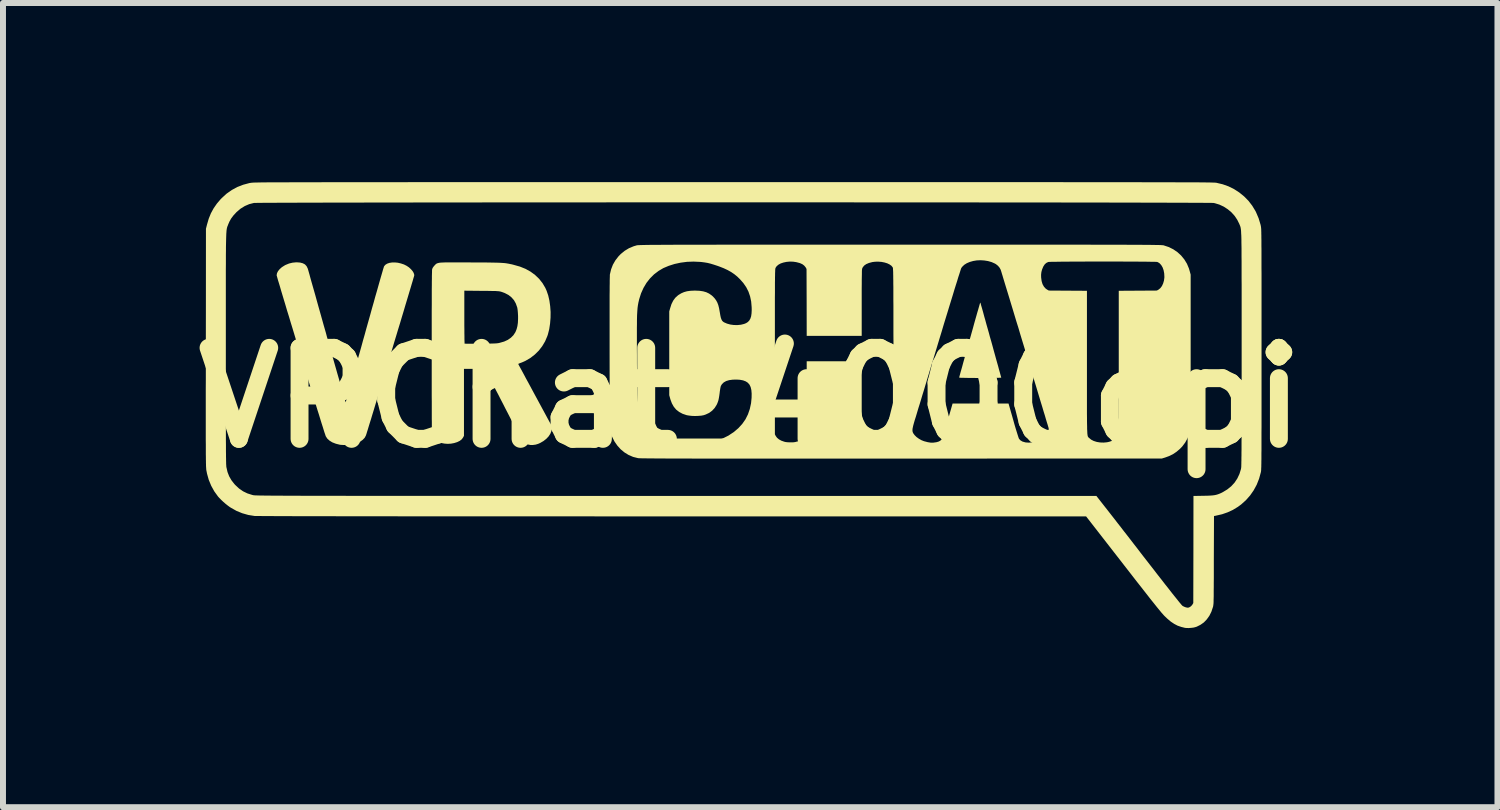
<source format=kicad_pcb>
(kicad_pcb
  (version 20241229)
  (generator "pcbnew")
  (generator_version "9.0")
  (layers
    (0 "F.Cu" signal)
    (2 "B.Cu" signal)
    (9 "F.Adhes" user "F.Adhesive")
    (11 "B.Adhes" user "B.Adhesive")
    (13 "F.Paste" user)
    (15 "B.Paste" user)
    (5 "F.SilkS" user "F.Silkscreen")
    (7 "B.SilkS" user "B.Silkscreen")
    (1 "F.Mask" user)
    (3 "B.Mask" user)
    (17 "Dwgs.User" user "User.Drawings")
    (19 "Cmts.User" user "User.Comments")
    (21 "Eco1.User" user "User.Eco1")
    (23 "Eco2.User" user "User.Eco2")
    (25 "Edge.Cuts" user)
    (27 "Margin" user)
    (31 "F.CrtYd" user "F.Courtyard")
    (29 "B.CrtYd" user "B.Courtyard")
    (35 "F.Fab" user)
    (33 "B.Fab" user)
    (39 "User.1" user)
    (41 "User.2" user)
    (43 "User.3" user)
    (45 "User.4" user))
  (footprint "VRChat_4000dpi"
    (layer "F.Cu")
    (at 9.514 3.61)
    (property "Reference" "VRChat_4000dpi" (at 0 0 0) (layer "F.SilkS") (effects (font (size 1.524 1.524) (thickness 0.3))))
    (attr board_only exclude_from_pos_files exclude_from_bom)
    (fp_poly (pts (xy 3.854 -1.589) (xy 3.857 -1.583) (xy 3.861 -1.57) (xy 3.867 -1.546) (xy 3.877 -1.513) (xy 3.889 -1.471) (xy 3.903 -1.421) (xy 3.918 -1.364) (xy 3.936 -1.302) (xy 3.954 -1.235) (xy 3.974 -1.165) (xy 3.995 -1.091) (xy 4.015 -1.016) (xy 4.037 -0.941) (xy 4.058 -0.865) (xy 4.078 -0.791) (xy 4.098 -0.719) (xy 4.117 -0.65) (xy 4.135 -0.586) (xy 4.152 -0.526) (xy 4.166 -0.473) (xy 4.179 -0.427) (xy 4.189 -0.39) (xy 4.197 -0.361) (xy 4.202 -0.343) (xy 4.204 -0.336) (xy 4.204 -0.336) (xy 4.197 -0.335) (xy 4.179 -0.334) (xy 4.149 -0.333) (xy 4.108 -0.332) (xy 4.057 -0.331) (xy 3.996 -0.331) (xy 3.926 -0.33) (xy 3.851 -0.33) (xy 3.778 -0.33) (xy 3.712 -0.331) (xy 3.653 -0.331) (xy 3.602 -0.332) (xy 3.561 -0.333) (xy 3.529 -0.333) (xy 3.508 -0.335) (xy 3.499 -0.336) (xy 3.499 -0.336) (xy 3.501 -0.343) (xy 3.505 -0.361) (xy 3.513 -0.389) (xy 3.523 -0.427) (xy 3.536 -0.472) (xy 3.551 -0.525) (xy 3.567 -0.585) (xy 3.585 -0.649) (xy 3.604 -0.718) (xy 3.624 -0.79) (xy 3.645 -0.864) (xy 3.666 -0.94) (xy 3.688 -1.016) (xy 3.709 -1.091) (xy 3.73 -1.165) (xy 3.749 -1.236) (xy 3.768 -1.303) (xy 3.786 -1.366) (xy 3.802 -1.423) (xy 3.817 -1.473) (xy 3.829 -1.516) (xy 3.839 -1.551) (xy 3.846 -1.575) (xy 3.85 -1.589) (xy 3.851 -1.592)) (stroke (width 0) (type solid)) (fill yes) (layer "F.SilkS"))
    (fp_poly (pts (xy -7.539 -2.263) (xy -7.493 -2.251) (xy -7.457 -2.232) (xy -7.43 -2.203) (xy -7.412 -2.167) (xy -7.41 -2.162) (xy -7.407 -2.153) (xy -7.401 -2.132) (xy -7.392 -2.1) (xy -7.38 -2.058) (xy -7.366 -2.006) (xy -7.349 -1.945) (xy -7.329 -1.875) (xy -7.307 -1.798) (xy -7.283 -1.714) (xy -7.258 -1.623) (xy -7.231 -1.526) (xy -7.202 -1.424) (xy -7.172 -1.317) (xy -7.141 -1.206) (xy -7.108 -1.092) (xy -7.09 -1.024) (xy -7.057 -0.909) (xy -7.026 -0.797) (xy -6.995 -0.689) (xy -6.966 -0.586) (xy -6.938 -0.488) (xy -6.912 -0.396) (xy -6.887 -0.31) (xy -6.865 -0.231) (xy -6.844 -0.159) (xy -6.826 -0.096) (xy -6.811 -0.042) (xy -6.798 0.003) (xy -6.787 0.038) (xy -6.78 0.062) (xy -6.776 0.075) (xy -6.775 0.077) (xy -6.773 0.071) (xy -6.768 0.053) (xy -6.759 0.024) (xy -6.748 -0.016) (xy -6.734 -0.065) (xy -6.718 -0.124) (xy -6.699 -0.191) (xy -6.678 -0.266) (xy -6.655 -0.348) (xy -6.63 -0.438) (xy -6.603 -0.533) (xy -6.575 -0.634) (xy -6.545 -0.74) (xy -6.514 -0.85) (xy -6.483 -0.964) (xy -6.458 -1.051) (xy -6.426 -1.168) (xy -6.394 -1.281) (xy -6.363 -1.391) (xy -6.334 -1.497) (xy -6.305 -1.598) (xy -6.279 -1.693) (xy -6.253 -1.782) (xy -6.23 -1.864) (xy -6.209 -1.938) (xy -6.19 -2.005) (xy -6.173 -2.063) (xy -6.159 -2.111) (xy -6.148 -2.15) (xy -6.139 -2.178) (xy -6.134 -2.195) (xy -6.132 -2.2) (xy -6.111 -2.225) (xy -6.081 -2.244) (xy -6.044 -2.257) (xy -6 -2.264) (xy -5.952 -2.265) (xy -5.901 -2.26) (xy -5.85 -2.248) (xy -5.799 -2.231) (xy -5.755 -2.209) (xy -5.716 -2.183) (xy -5.683 -2.153) (xy -5.655 -2.121) (xy -5.636 -2.089) (xy -5.627 -2.059) (xy -5.626 -2.05) (xy -5.628 -2.043) (xy -5.633 -2.024) (xy -5.642 -1.995) (xy -5.653 -1.955) (xy -5.668 -1.906) (xy -5.685 -1.848) (xy -5.705 -1.782) (xy -5.727 -1.708) (xy -5.751 -1.628) (xy -5.777 -1.542) (xy -5.804 -1.45) (xy -5.833 -1.354) (xy -5.863 -1.253) (xy -5.895 -1.149) (xy -5.927 -1.043) (xy -5.96 -0.934) (xy -5.993 -0.824) (xy -6.026 -0.713) (xy -6.06 -0.602) (xy -6.093 -0.492) (xy -6.126 -0.383) (xy -6.158 -0.276) (xy -6.19 -0.172) (xy -6.22 -0.071) (xy -6.25 0.026) (xy -6.278 0.118) (xy -6.304 0.205) (xy -6.329 0.286) (xy -6.351 0.36) (xy -6.372 0.426) (xy -6.39 0.485) (xy -6.405 0.535) (xy -6.418 0.576) (xy -6.427 0.606) (xy -6.434 0.626) (xy -6.436 0.633) (xy -6.457 0.672) (xy -6.49 0.706) (xy -6.533 0.737) (xy -6.587 0.762) (xy -6.626 0.775) (xy -6.654 0.781) (xy -6.691 0.786) (xy -6.734 0.79) (xy -6.777 0.792) (xy -6.819 0.792) (xy -6.854 0.79) (xy -6.872 0.788) (xy -6.94 0.771) (xy -6.999 0.748) (xy -7.046 0.719) (xy -7.084 0.684) (xy -7.109 0.645) (xy -7.112 0.636) (xy -7.119 0.614) (xy -7.13 0.583) (xy -7.143 0.541) (xy -7.159 0.489) (xy -7.178 0.43) (xy -7.199 0.362) (xy -7.222 0.286) (xy -7.248 0.205) (xy -7.275 0.117) (xy -7.304 0.024) (xy -7.334 -0.074) (xy -7.365 -0.176) (xy -7.397 -0.281) (xy -7.43 -0.388) (xy -7.463 -0.498) (xy -7.497 -0.609) (xy -7.531 -0.72) (xy -7.565 -0.831) (xy -7.599 -0.942) (xy -7.632 -1.051) (xy -7.664 -1.157) (xy -7.696 -1.261) (xy -7.726 -1.362) (xy -7.756 -1.458) (xy -7.783 -1.55) (xy -7.809 -1.636) (xy -7.833 -1.716) (xy -7.855 -1.789) (xy -7.874 -1.855) (xy -7.891 -1.912) (xy -7.906 -1.96) (xy -7.917 -1.999) (xy -7.925 -2.028) (xy -7.93 -2.045) (xy -7.931 -2.051) (xy -7.925 -2.085) (xy -7.908 -2.119) (xy -7.88 -2.153) (xy -7.844 -2.185) (xy -7.8 -2.213) (xy -7.782 -2.223) (xy -7.723 -2.247) (xy -7.665 -2.261) (xy -7.603 -2.267) (xy -7.594 -2.267)) (stroke (width 0) (type solid)) (fill yes) (layer "F.SilkS"))
    (fp_poly (pts (xy -4.935 -2.266) (xy -4.861 -2.266) (xy -4.777 -2.266) (xy -4.681 -2.265) (xy -4.672 -2.265) (xy -4.576 -2.265) (xy -4.491 -2.264) (xy -4.418 -2.264) (xy -4.353 -2.263) (xy -4.298 -2.262) (xy -4.25 -2.261) (xy -4.209 -2.26) (xy -4.173 -2.258) (xy -4.142 -2.256) (xy -4.114 -2.254) (xy -4.089 -2.251) (xy -4.065 -2.247) (xy -4.042 -2.243) (xy -4.019 -2.238) (xy -3.993 -2.233) (xy -3.966 -2.226) (xy -3.959 -2.224) (xy -3.856 -2.195) (xy -3.762 -2.157) (xy -3.678 -2.11) (xy -3.602 -2.054) (xy -3.536 -1.991) (xy -3.479 -1.919) (xy -3.432 -1.84) (xy -3.41 -1.791) (xy -3.383 -1.712) (xy -3.363 -1.625) (xy -3.35 -1.532) (xy -3.343 -1.435) (xy -3.344 -1.338) (xy -3.352 -1.241) (xy -3.366 -1.148) (xy -3.388 -1.061) (xy -3.398 -1.031) (xy -3.435 -0.944) (xy -3.483 -0.863) (xy -3.54 -0.789) (xy -3.607 -0.723) (xy -3.682 -0.665) (xy -3.764 -0.617) (xy -3.781 -0.609) (xy -3.808 -0.597) (xy -3.835 -0.586) (xy -3.856 -0.579) (xy -3.859 -0.577) (xy -3.875 -0.571) (xy -3.884 -0.565) (xy -3.884 -0.562) (xy -3.881 -0.556) (xy -3.872 -0.539) (xy -3.858 -0.513) (xy -3.839 -0.478) (xy -3.815 -0.434) (xy -3.788 -0.384) (xy -3.758 -0.327) (xy -3.724 -0.265) (xy -3.687 -0.197) (xy -3.649 -0.126) (xy -3.609 -0.052) (xy -3.603 -0.041) (xy -3.325 0.473) (xy -3.324 0.515) (xy -3.33 0.56) (xy -3.348 0.605) (xy -3.377 0.649) (xy -3.415 0.689) (xy -3.462 0.726) (xy -3.517 0.758) (xy -3.551 0.773) (xy -3.593 0.786) (xy -3.638 0.792) (xy -3.682 0.792) (xy -3.722 0.784) (xy -3.732 0.781) (xy -3.759 0.766) (xy -3.787 0.743) (xy -3.802 0.728) (xy -3.808 0.721) (xy -3.815 0.712) (xy -3.823 0.701) (xy -3.832 0.688) (xy -3.842 0.672) (xy -3.854 0.651) (xy -3.868 0.626) (xy -3.885 0.595) (xy -3.905 0.558) (xy -3.928 0.513) (xy -3.955 0.461) (xy -3.987 0.401) (xy -4.023 0.331) (xy -4.064 0.251) (xy -4.102 0.178) (xy -4.141 0.101) (xy -4.18 0.026) (xy -4.217 -0.047) (xy -4.253 -0.115) (xy -4.286 -0.179) (xy -4.315 -0.237) (xy -4.342 -0.289) (xy -4.365 -0.333) (xy -4.383 -0.368) (xy -4.396 -0.394) (xy -4.403 -0.408) (xy -4.442 -0.482) (xy -4.618 -0.482) (xy -4.794 -0.483) (xy -4.794 0.639) (xy -4.809 0.667) (xy -4.831 0.697) (xy -4.864 0.723) (xy -4.907 0.744) (xy -4.958 0.76) (xy -5.012 0.77) (xy -5.067 0.773) (xy -5.121 0.769) (xy -5.173 0.759) (xy -5.22 0.742) (xy -5.262 0.721) (xy -5.295 0.695) (xy -5.318 0.665) (xy -5.322 0.658) (xy -5.323 0.654) (xy -5.325 0.65) (xy -5.326 0.645) (xy -5.327 0.638) (xy -5.328 0.628) (xy -5.328 0.616) (xy -5.329 0.6) (xy -5.33 0.581) (xy -5.331 0.557) (xy -5.331 0.528) (xy -5.332 0.494) (xy -5.332 0.454) (xy -5.332 0.408) (xy -5.333 0.355) (xy -5.333 0.295) (xy -5.333 0.226) (xy -5.333 0.15) (xy -5.333 0.064) (xy -5.334 -0.031) (xy -5.334 -0.136) (xy -5.334 -0.251) (xy -5.334 -0.378) (xy -5.334 -0.515) (xy -5.334 -0.665) (xy -5.334 -0.749) (xy -5.334 -0.912) (xy -5.334 -1.063) (xy -5.334 -1.203) (xy -5.334 -1.331) (xy -5.334 -1.448) (xy -5.333 -1.554) (xy -5.333 -1.65) (xy -5.333 -1.736) (xy -5.333 -1.792) (xy -4.788 -1.792) (xy -4.788 -1.351) (xy -4.788 -1.277) (xy -4.788 -1.207) (xy -4.787 -1.142) (xy -4.787 -1.083) (xy -4.786 -1.03) (xy -4.786 -0.985) (xy -4.785 -0.95) (xy -4.784 -0.924) (xy -4.784 -0.909) (xy -4.783 -0.905) (xy -4.776 -0.905) (xy -4.758 -0.904) (xy -4.729 -0.903) (xy -4.692 -0.903) (xy -4.647 -0.903) (xy -4.597 -0.903) (xy -4.542 -0.903) (xy -4.515 -0.903) (xy -4.449 -0.904) (xy -4.394 -0.905) (xy -4.349 -0.906) (xy -4.313 -0.907) (xy -4.283 -0.908) (xy -4.259 -0.909) (xy -4.239 -0.911) (xy -4.222 -0.913) (xy -4.206 -0.916) (xy -4.191 -0.92) (xy -4.121 -0.94) (xy -4.06 -0.968) (xy -4.008 -1.004) (xy -3.966 -1.046) (xy -3.934 -1.095) (xy -3.931 -1.101) (xy -3.912 -1.148) (xy -3.899 -1.198) (xy -3.891 -1.254) (xy -3.888 -1.318) (xy -3.888 -1.368) (xy -3.891 -1.423) (xy -3.895 -1.468) (xy -3.9 -1.502) (xy -3.902 -1.511) (xy -3.925 -1.576) (xy -3.956 -1.632) (xy -3.997 -1.679) (xy -4.047 -1.719) (xy -4.108 -1.751) (xy -4.167 -1.773) (xy -4.178 -1.776) (xy -4.19 -1.779) (xy -4.202 -1.781) (xy -4.217 -1.783) (xy -4.235 -1.784) (xy -4.259 -1.786) (xy -4.288 -1.787) (xy -4.325 -1.787) (xy -4.371 -1.788) (xy -4.427 -1.789) (xy -4.494 -1.789) (xy -4.501 -1.789) (xy -4.788 -1.792) (xy -5.333 -1.792) (xy -5.333 -1.813) (xy -5.332 -1.881) (xy -5.332 -1.94) (xy -5.331 -1.991) (xy -5.331 -2.035) (xy -5.33 -2.071) (xy -5.329 -2.1) (xy -5.329 -2.122) (xy -5.328 -2.139) (xy -5.327 -2.15) (xy -5.326 -2.155) (xy -5.316 -2.177) (xy -5.297 -2.203) (xy -5.287 -2.214) (xy -5.278 -2.223) (xy -5.27 -2.232) (xy -5.262 -2.239) (xy -5.253 -2.245) (xy -5.242 -2.25) (xy -5.229 -2.254) (xy -5.213 -2.258) (xy -5.193 -2.261) (xy -5.167 -2.263) (xy -5.136 -2.264) (xy -5.098 -2.266) (xy -5.052 -2.266) (xy -4.998 -2.266)) (stroke (width 0) (type solid)) (fill yes) (layer "F.SilkS"))
    (fp_poly (pts (xy 0.481 -3.61) (xy 0.841 -3.61) (xy 1.189 -3.61) (xy 1.525 -3.61) (xy 1.85 -3.61) (xy 2.163 -3.61) (xy 2.465 -3.61) (xy 2.755 -3.61) (xy 3.035 -3.61) (xy 3.305 -3.61) (xy 3.564 -3.61) (xy 3.812 -3.61) (xy 4.051 -3.61) (xy 4.28 -3.61) (xy 4.499 -3.61) (xy 4.709 -3.61) (xy 4.91 -3.61) (xy 5.102 -3.61) (xy 5.285 -3.609) (xy 5.459 -3.609) (xy 5.625 -3.609) (xy 5.783 -3.609) (xy 5.934 -3.609) (xy 6.076 -3.609) (xy 6.211 -3.609) (xy 6.338 -3.609) (xy 6.459 -3.609) (xy 6.573 -3.608) (xy 6.679 -3.608) (xy 6.78 -3.608) (xy 6.874 -3.608) (xy 6.962 -3.608) (xy 7.045 -3.608) (xy 7.121 -3.607) (xy 7.192 -3.607) (xy 7.258 -3.607) (xy 7.319 -3.607) (xy 7.376 -3.606) (xy 7.427 -3.606) (xy 7.474 -3.606) (xy 7.517 -3.606) (xy 7.556 -3.605) (xy 7.592 -3.605) (xy 7.623 -3.605) (xy 7.652 -3.604) (xy 7.677 -3.604) (xy 7.699 -3.604) (xy 7.719 -3.603) (xy 7.736 -3.603) (xy 7.75 -3.602) (xy 7.763 -3.602) (xy 7.774 -3.602) (xy 7.783 -3.601) (xy 7.79 -3.601) (xy 7.796 -3.6) (xy 7.802 -3.6) (xy 7.806 -3.599) (xy 7.809 -3.599) (xy 7.811 -3.598) (xy 7.912 -3.574) (xy 8.01 -3.539) (xy 8.103 -3.493) (xy 8.191 -3.436) (xy 8.271 -3.371) (xy 8.344 -3.297) (xy 8.407 -3.215) (xy 8.461 -3.126) (xy 8.471 -3.106) (xy 8.514 -3.005) (xy 8.546 -2.899) (xy 8.551 -2.877) (xy 8.552 -2.871) (xy 8.553 -2.865) (xy 8.554 -2.858) (xy 8.555 -2.85) (xy 8.556 -2.84) (xy 8.557 -2.827) (xy 8.558 -2.812) (xy 8.558 -2.794) (xy 8.559 -2.772) (xy 8.559 -2.746) (xy 8.56 -2.716) (xy 8.56 -2.681) (xy 8.561 -2.64) (xy 8.561 -2.595) (xy 8.561 -2.543) (xy 8.562 -2.484) (xy 8.562 -2.419) (xy 8.562 -2.346) (xy 8.562 -2.266) (xy 8.562 -2.177) (xy 8.563 -2.08) (xy 8.563 -1.973) (xy 8.563 -1.858) (xy 8.563 -1.732) (xy 8.563 -1.596) (xy 8.563 -1.449) (xy 8.563 -1.292) (xy 8.563 -1.122) (xy 8.563 -0.941) (xy 8.563 -0.813) (xy 8.563 -0.623) (xy 8.563 -0.446) (xy 8.563 -0.28) (xy 8.563 -0.126) (xy 8.563 0.017) (xy 8.563 0.149) (xy 8.563 0.272) (xy 8.563 0.384) (xy 8.563 0.487) (xy 8.562 0.582) (xy 8.562 0.668) (xy 8.562 0.746) (xy 8.562 0.816) (xy 8.562 0.879) (xy 8.561 0.935) (xy 8.561 0.985) (xy 8.561 1.029) (xy 8.56 1.067) (xy 8.56 1.101) (xy 8.559 1.129) (xy 8.559 1.154) (xy 8.558 1.174) (xy 8.557 1.192) (xy 8.557 1.206) (xy 8.556 1.218) (xy 8.555 1.227) (xy 8.554 1.235) (xy 8.553 1.242) (xy 8.552 1.247) (xy 8.551 1.251) (xy 8.522 1.357) (xy 8.482 1.458) (xy 8.431 1.552) (xy 8.371 1.638) (xy 8.301 1.717) (xy 8.222 1.788) (xy 8.166 1.829) (xy 8.082 1.88) (xy 7.995 1.92) (xy 7.903 1.952) (xy 7.803 1.975) (xy 7.79 1.978) (xy 7.767 1.982) (xy 7.764 2.72) (xy 7.764 2.832) (xy 7.764 2.932) (xy 7.764 3.022) (xy 7.763 3.1) (xy 7.763 3.169) (xy 7.762 3.229) (xy 7.762 3.28) (xy 7.762 3.324) (xy 7.761 3.361) (xy 7.76 3.392) (xy 7.76 3.417) (xy 7.759 3.438) (xy 7.758 3.455) (xy 7.756 3.468) (xy 7.755 3.479) (xy 7.753 3.489) (xy 7.752 3.497) (xy 7.75 3.505) (xy 7.748 3.51) (xy 7.723 3.585) (xy 7.689 3.653) (xy 7.646 3.713) (xy 7.597 3.764) (xy 7.54 3.804) (xy 7.478 3.835) (xy 7.45 3.844) (xy 7.419 3.851) (xy 7.382 3.855) (xy 7.342 3.858) (xy 7.306 3.857) (xy 7.282 3.855) (xy 7.218 3.839) (xy 7.157 3.818) (xy 7.1 3.788) (xy 7.043 3.75) (xy 6.985 3.701) (xy 6.94 3.658) (xy 6.929 3.647) (xy 6.916 3.632) (xy 6.901 3.615) (xy 6.883 3.595) (xy 6.863 3.57) (xy 6.839 3.541) (xy 6.811 3.507) (xy 6.78 3.468) (xy 6.744 3.423) (xy 6.703 3.372) (xy 6.658 3.314) (xy 6.607 3.249) (xy 6.55 3.176) (xy 6.486 3.095) (xy 6.416 3.005) (xy 6.34 2.907) (xy 6.255 2.798) (xy 6.246 2.786) (xy 5.625 1.988) (xy -1.305 1.988) (xy -1.706 1.988) (xy -2.094 1.988) (xy -2.469 1.988) (xy -2.832 1.987) (xy -3.183 1.987) (xy -3.521 1.987) (xy -3.847 1.987) (xy -4.161 1.987) (xy -4.463 1.987) (xy -4.753 1.987) (xy -5.03 1.987) (xy -5.296 1.987) (xy -5.55 1.987) (xy -5.793 1.987) (xy -6.023 1.986) (xy -6.242 1.986) (xy -6.45 1.986) (xy -6.646 1.986) (xy -6.83 1.986) (xy -7.004 1.985) (xy -7.166 1.985) (xy -7.317 1.985) (xy -7.457 1.985) (xy -7.586 1.985) (xy -7.704 1.984) (xy -7.811 1.984) (xy -7.907 1.984) (xy -7.993 1.983) (xy -8.067 1.983) (xy -8.132 1.983) (xy -8.186 1.982) (xy -8.229 1.982) (xy -8.262 1.982) (xy -8.285 1.981) (xy -8.298 1.981) (xy -8.3 1.981) (xy -8.406 1.964) (xy -8.508 1.935) (xy -8.605 1.895) (xy -8.699 1.842) (xy -8.715 1.832) (xy -8.749 1.807) (xy -8.787 1.777) (xy -8.826 1.743) (xy -8.862 1.709) (xy -8.894 1.676) (xy -8.912 1.656) (xy -8.975 1.569) (xy -9.027 1.475) (xy -9.068 1.376) (xy -9.097 1.272) (xy -9.106 1.226) (xy -9.108 1.218) (xy -9.109 1.211) (xy -9.11 1.203) (xy -9.111 1.194) (xy -9.111 1.183) (xy -9.112 1.171) (xy -9.113 1.156) (xy -9.114 1.138) (xy -9.114 1.117) (xy -9.115 1.093) (xy -9.115 1.064) (xy -9.116 1.031) (xy -9.116 0.993) (xy -9.117 0.949) (xy -9.117 0.9) (xy -9.117 0.844) (xy -9.117 0.782) (xy -9.118 0.712) (xy -9.118 0.635) (xy -9.118 0.55) (xy -9.118 0.457) (xy -9.118 0.355) (xy -9.118 0.244) (xy -9.118 0.123) (xy -9.118 -0.008) (xy -9.118 -0.15) (xy -9.117 -0.302) (xy -9.117 -0.466) (xy -9.117 -0.642) (xy -9.117 -0.83) (xy -9.117 -0.838) (xy -9.116 -1.426) (xy -8.782 -1.426) (xy -8.782 -1.268) (xy -8.782 -1.099) (xy -8.782 -0.918) (xy -8.782 -0.813) (xy -8.782 -0.625) (xy -8.782 -0.45) (xy -8.782 -0.287) (xy -8.782 -0.135) (xy -8.782 0.005) (xy -8.782 0.136) (xy -8.782 0.256) (xy -8.782 0.366) (xy -8.781 0.467) (xy -8.781 0.559) (xy -8.781 0.642) (xy -8.781 0.718) (xy -8.78 0.786) (xy -8.78 0.846) (xy -8.78 0.9) (xy -8.779 0.948) (xy -8.779 0.989) (xy -8.778 1.025) (xy -8.778 1.056) (xy -8.777 1.082) (xy -8.777 1.104) (xy -8.776 1.122) (xy -8.775 1.136) (xy -8.774 1.148) (xy -8.774 1.157) (xy -8.773 1.164) (xy -8.772 1.165) (xy -8.754 1.245) (xy -8.726 1.317) (xy -8.688 1.383) (xy -8.639 1.446) (xy -8.624 1.462) (xy -8.561 1.521) (xy -8.493 1.568) (xy -8.421 1.603) (xy -8.342 1.628) (xy -8.322 1.633) (xy -8.319 1.633) (xy -8.315 1.634) (xy -8.311 1.634) (xy -8.305 1.635) (xy -8.299 1.635) (xy -8.291 1.636) (xy -8.281 1.636) (xy -8.27 1.637) (xy -8.257 1.637) (xy -8.241 1.638) (xy -8.223 1.638) (xy -8.202 1.639) (xy -8.178 1.639) (xy -8.151 1.639) (xy -8.121 1.64) (xy -8.087 1.64) (xy -8.049 1.64) (xy -8.007 1.641) (xy -7.961 1.641) (xy -7.91 1.641) (xy -7.855 1.641) (xy -7.795 1.642) (xy -7.729 1.642) (xy -7.659 1.642) (xy -7.582 1.642) (xy -7.5 1.643) (xy -7.412 1.643) (xy -7.317 1.643) (xy -7.216 1.643) (xy -7.108 1.643) (xy -6.993 1.643) (xy -6.871 1.643) (xy -6.742 1.644) (xy -6.605 1.644) (xy -6.461 1.644) (xy -6.308 1.644) (xy -6.147 1.644) (xy -5.977 1.644) (xy -5.799 1.644) (xy -5.612 1.644) (xy -5.416 1.644) (xy -5.21 1.644) (xy -4.995 1.644) (xy -4.77 1.644) (xy -4.534 1.644) (xy -4.289 1.644) (xy -4.033 1.644) (xy -3.766 1.644) (xy -3.489 1.645) (xy -3.2 1.645) (xy -2.9 1.645) (xy -2.588 1.645) (xy -2.265 1.645) (xy -1.929 1.645) (xy -1.582 1.645) (xy -1.234 1.645) (xy 5.797 1.645) (xy 5.945 1.834) (xy 5.976 1.873) (xy 6.014 1.922) (xy 6.057 1.977) (xy 6.104 2.037) (xy 6.154 2.102) (xy 6.206 2.168) (xy 6.258 2.236) (xy 6.31 2.302) (xy 6.354 2.359) (xy 6.421 2.446) (xy 6.482 2.524) (xy 6.535 2.594) (xy 6.583 2.656) (xy 6.626 2.711) (xy 6.665 2.761) (xy 6.699 2.805) (xy 6.731 2.846) (xy 6.76 2.883) (xy 6.787 2.918) (xy 6.812 2.951) (xy 6.838 2.984) (xy 6.863 3.016) (xy 6.89 3.05) (xy 6.917 3.085) (xy 6.947 3.124) (xy 6.98 3.165) (xy 7.016 3.211) (xy 7.03 3.229) (xy 7.068 3.278) (xy 7.105 3.324) (xy 7.139 3.366) (xy 7.169 3.404) (xy 7.195 3.436) (xy 7.216 3.461) (xy 7.231 3.478) (xy 7.239 3.486) (xy 7.265 3.5) (xy 7.294 3.511) (xy 7.322 3.517) (xy 7.327 3.517) (xy 7.342 3.515) (xy 7.361 3.507) (xy 7.366 3.504) (xy 7.384 3.49) (xy 7.401 3.471) (xy 7.405 3.465) (xy 7.42 3.439) (xy 7.422 2.542) (xy 7.423 1.646) (xy 7.59 1.643) (xy 7.649 1.642) (xy 7.698 1.64) (xy 7.739 1.637) (xy 7.773 1.633) (xy 7.802 1.627) (xy 7.83 1.619) (xy 7.857 1.609) (xy 7.887 1.596) (xy 7.916 1.581) (xy 7.989 1.537) (xy 8.055 1.484) (xy 8.111 1.423) (xy 8.157 1.354) (xy 8.193 1.278) (xy 8.218 1.197) (xy 8.22 1.186) (xy 8.221 1.181) (xy 8.222 1.173) (xy 8.223 1.162) (xy 8.224 1.147) (xy 8.224 1.129) (xy 8.225 1.107) (xy 8.225 1.08) (xy 8.226 1.049) (xy 8.226 1.011) (xy 8.227 0.968) (xy 8.227 0.919) (xy 8.228 0.864) (xy 8.228 0.801) (xy 8.228 0.731) (xy 8.229 0.653) (xy 8.229 0.566) (xy 8.229 0.471) (xy 8.229 0.367) (xy 8.229 0.254) (xy 8.229 0.13) (xy 8.229 -0.003) (xy 8.229 -0.148) (xy 8.23 -0.303) (xy 8.23 -0.47) (xy 8.23 -0.65) (xy 8.23 -0.81) (xy 8.23 -0.999) (xy 8.23 -1.176) (xy 8.23 -1.341) (xy 8.23 -1.494) (xy 8.23 -1.637) (xy 8.23 -1.769) (xy 8.23 -1.891) (xy 8.229 -2.003) (xy 8.229 -2.106) (xy 8.229 -2.2) (xy 8.229 -2.285) (xy 8.228 -2.363) (xy 8.228 -2.433) (xy 8.228 -2.496) (xy 8.227 -2.552) (xy 8.226 -2.602) (xy 8.226 -2.646) (xy 8.225 -2.685) (xy 8.224 -2.718) (xy 8.222 -2.747) (xy 8.221 -2.772) (xy 8.22 -2.794) (xy 8.218 -2.812) (xy 8.216 -2.827) (xy 8.214 -2.84) (xy 8.212 -2.851) (xy 8.21 -2.86) (xy 8.207 -2.868) (xy 8.205 -2.875) (xy 8.202 -2.882) (xy 8.199 -2.89) (xy 8.195 -2.898) (xy 8.192 -2.907) (xy 8.157 -2.978) (xy 8.113 -3.044) (xy 8.059 -3.104) (xy 7.997 -3.156) (xy 7.929 -3.2) (xy 7.856 -3.234) (xy 7.78 -3.257) (xy 7.76 -3.261) (xy 7.751 -3.262) (xy 7.73 -3.262) (xy 7.696 -3.263) (xy 7.651 -3.263) (xy 7.595 -3.263) (xy 7.527 -3.264) (xy 7.448 -3.264) (xy 7.359 -3.264) (xy 7.259 -3.265) (xy 7.149 -3.265) (xy 7.029 -3.265) (xy 6.9 -3.266) (xy 6.762 -3.266) (xy 6.615 -3.266) (xy 6.459 -3.267) (xy 6.295 -3.267) (xy 6.123 -3.267) (xy 5.943 -3.268) (xy 5.756 -3.268) (xy 5.562 -3.268) (xy 5.361 -3.268) (xy 5.153 -3.269) (xy 4.939 -3.269) (xy 4.719 -3.269) (xy 4.494 -3.269) (xy 4.263 -3.269) (xy 4.027 -3.269) (xy 3.786 -3.27) (xy 3.541 -3.27) (xy 3.291 -3.27) (xy 3.038 -3.27) (xy 2.781 -3.27) (xy 2.521 -3.27) (xy 2.258 -3.27) (xy 1.992 -3.27) (xy 1.723 -3.271) (xy 1.453 -3.271) (xy 1.18 -3.271) (xy 0.906 -3.271) (xy 0.631 -3.271) (xy 0.355 -3.271) (xy 0.078 -3.271) (xy -0.199 -3.271) (xy -0.476 -3.271) (xy -0.753 -3.271) (xy -1.03 -3.271) (xy -1.305 -3.271) (xy -1.58 -3.271) (xy -1.853 -3.271) (xy -2.125 -3.271) (xy -2.395 -3.271) (xy -2.662 -3.27) (xy -2.927 -3.27) (xy -3.189 -3.27) (xy -3.447 -3.27) (xy -3.703 -3.27) (xy -3.954 -3.27) (xy -4.202 -3.27) (xy -4.445 -3.27) (xy -4.684 -3.269) (xy -4.918 -3.269) (xy -5.146 -3.269) (xy -5.369 -3.269) (xy -5.587 -3.269) (xy -5.798 -3.268) (xy -6.003 -3.268) (xy -6.201 -3.268) (xy -6.392 -3.268) (xy -6.576 -3.267) (xy -6.752 -3.267) (xy -6.921 -3.267) (xy -7.081 -3.267) (xy -7.233 -3.266) (xy -7.377 -3.266) (xy -7.511 -3.266) (xy -7.636 -3.265) (xy -7.751 -3.265) (xy -7.857 -3.265) (xy -7.952 -3.264) (xy -8.037 -3.264) (xy -8.111 -3.264) (xy -8.174 -3.263) (xy -8.225 -3.263) (xy -8.265 -3.262) (xy -8.293 -3.262) (xy -8.309 -3.262) (xy -8.312 -3.261) (xy -8.391 -3.241) (xy -8.465 -3.209) (xy -8.536 -3.165) (xy -8.602 -3.109) (xy -8.611 -3.099) (xy -8.657 -3.049) (xy -8.694 -2.999) (xy -8.723 -2.947) (xy -8.745 -2.895) (xy -8.748 -2.885) (xy -8.752 -2.877) (xy -8.755 -2.869) (xy -8.758 -2.861) (xy -8.76 -2.853) (xy -8.763 -2.844) (xy -8.765 -2.833) (xy -8.767 -2.822) (xy -8.769 -2.808) (xy -8.771 -2.791) (xy -8.772 -2.772) (xy -8.774 -2.749) (xy -8.775 -2.722) (xy -8.776 -2.692) (xy -8.777 -2.656) (xy -8.778 -2.615) (xy -8.779 -2.569) (xy -8.78 -2.517) (xy -8.78 -2.459) (xy -8.781 -2.393) (xy -8.781 -2.321) (xy -8.781 -2.24) (xy -8.782 -2.152) (xy -8.782 -2.055) (xy -8.782 -1.949) (xy -8.782 -1.833) (xy -8.782 -1.708) (xy -8.782 -1.572) (xy -8.782 -1.426) (xy -9.116 -1.426) (xy -9.115 -2.829) (xy -9.098 -2.896) (xy -9.069 -2.996) (xy -9.032 -3.088) (xy -8.986 -3.172) (xy -8.932 -3.25) (xy -8.868 -3.325) (xy -8.849 -3.344) (xy -8.769 -3.417) (xy -8.682 -3.478) (xy -8.59 -3.528) (xy -8.492 -3.566) (xy -8.388 -3.594) (xy -8.363 -3.598) (xy -8.36 -3.599) (xy -8.356 -3.599) (xy -8.351 -3.6) (xy -8.345 -3.6) (xy -8.339 -3.601) (xy -8.331 -3.601) (xy -8.321 -3.602) (xy -8.31 -3.602) (xy -8.296 -3.603) (xy -8.281 -3.603) (xy -8.263 -3.603) (xy -8.242 -3.604) (xy -8.219 -3.604) (xy -8.193 -3.605) (xy -8.163 -3.605) (xy -8.13 -3.605) (xy -8.094 -3.606) (xy -8.054 -3.606) (xy -8.009 -3.606) (xy -7.961 -3.606) (xy -7.907 -3.607) (xy -7.85 -3.607) (xy -7.787 -3.607) (xy -7.719 -3.607) (xy -7.646 -3.608) (xy -7.568 -3.608) (xy -7.484 -3.608) (xy -7.393 -3.608) (xy -7.297 -3.608) (xy -7.195 -3.608) (xy -7.085 -3.609) (xy -6.97 -3.609) (xy -6.847 -3.609) (xy -6.717 -3.609) (xy -6.579 -3.609) (xy -6.435 -3.609) (xy -6.282 -3.609) (xy -6.121 -3.609) (xy -5.952 -3.609) (xy -5.775 -3.609) (xy -5.589 -3.61) (xy -5.394 -3.61) (xy -5.191 -3.61) (xy -4.978 -3.61) (xy -4.755 -3.61) (xy -4.523 -3.61) (xy -4.281 -3.61) (xy -4.029 -3.61) (xy -3.767 -3.61) (xy -3.494 -3.61) (xy -3.211 -3.61) (xy -2.916 -3.61) (xy -2.611 -3.61) (xy -2.294 -3.61) (xy -1.966 -3.61) (xy -1.626 -3.61) (xy -1.274 -3.61) (xy -0.909 -3.61) (xy -0.533 -3.61) (xy 0.109 -3.61)) (stroke (width 0) (type solid)) (fill yes) (layer "F.SilkS"))
    (fp_poly (pts (xy 2.794 -2.562) (xy 3.064 -2.562) (xy 3.322 -2.562) (xy 3.569 -2.562) (xy 3.803 -2.562) (xy 4.027 -2.562) (xy 4.239 -2.562) (xy 4.441 -2.562) (xy 4.632 -2.562) (xy 4.813 -2.562) (xy 4.984 -2.562) (xy 5.146 -2.562) (xy 5.298 -2.562) (xy 5.441 -2.562) (xy 5.576 -2.562) (xy 5.701 -2.562) (xy 5.819 -2.561) (xy 5.929 -2.561) (xy 6.031 -2.561) (xy 6.126 -2.561) (xy 6.214 -2.561) (xy 6.295 -2.561) (xy 6.369 -2.56) (xy 6.437 -2.56) (xy 6.5 -2.56) (xy 6.556 -2.56) (xy 6.607 -2.559) (xy 6.653 -2.559) (xy 6.695 -2.559) (xy 6.731 -2.558) (xy 6.764 -2.558) (xy 6.792 -2.557) (xy 6.817 -2.557) (xy 6.839 -2.557) (xy 6.857 -2.556) (xy 6.872 -2.556) (xy 6.885 -2.555) (xy 6.895 -2.554) (xy 6.904 -2.554) (xy 6.911 -2.553) (xy 6.916 -2.553) (xy 6.92 -2.552) (xy 6.924 -2.551) (xy 6.924 -2.551) (xy 7.008 -2.523) (xy 7.085 -2.485) (xy 7.155 -2.437) (xy 7.217 -2.38) (xy 7.27 -2.315) (xy 7.314 -2.243) (xy 7.347 -2.164) (xy 7.361 -2.116) (xy 7.376 -2.061) (xy 7.376 0.537) (xy 7.358 0.592) (xy 7.326 0.675) (xy 7.286 0.749) (xy 7.237 0.815) (xy 7.196 0.858) (xy 7.138 0.907) (xy 7.078 0.947) (xy 7.012 0.979) (xy 6.949 1.002) (xy 6.893 1.019) (xy 2.53 1.02) (xy 2.244 1.02) (xy 1.97 1.02) (xy 1.708 1.02) (xy 1.458 1.02) (xy 1.22 1.02) (xy 0.993 1.02) (xy 0.777 1.02) (xy 0.572 1.02) (xy 0.377 1.02) (xy 0.193 1.02) (xy 0.018 1.02) (xy -0.146 1.02) (xy -0.301 1.02) (xy -0.447 1.02) (xy -0.584 1.02) (xy -0.712 1.02) (xy -0.832 1.02) (xy -0.943 1.02) (xy -1.047 1.019) (xy -1.143 1.019) (xy -1.232 1.019) (xy -1.314 1.019) (xy -1.389 1.019) (xy -1.457 1.018) (xy -1.52 1.018) (xy -1.576 1.018) (xy -1.626 1.017) (xy -1.671 1.017) (xy -1.711 1.017) (xy -1.746 1.016) (xy -1.776 1.016) (xy -1.802 1.016) (xy -1.824 1.015) (xy -1.842 1.015) (xy -1.856 1.014) (xy -1.867 1.014) (xy -1.875 1.013) (xy -1.881 1.012) (xy -1.881 1.012) (xy -1.961 0.992) (xy -2.036 0.96) (xy -2.106 0.917) (xy -2.169 0.865) (xy -2.225 0.803) (xy -2.273 0.734) (xy -2.312 0.657) (xy -2.335 0.594) (xy -2.353 0.537) (xy -2.355 -0.743) (xy -2.355 -0.906) (xy -2.355 -1.02) (xy -1.898 -1.02) (xy -1.898 -0.93) (xy -1.898 -0.828) (xy -1.897 -0.715) (xy -1.897 -0.692) (xy -1.897 -0.581) (xy -1.896 -0.481) (xy -1.896 -0.393) (xy -1.895 -0.315) (xy -1.895 -0.246) (xy -1.894 -0.186) (xy -1.893 -0.134) (xy -1.892 -0.089) (xy -1.891 -0.05) (xy -1.889 -0.017) (xy -1.887 0.013) (xy -1.885 0.038) (xy -1.882 0.06) (xy -1.879 0.081) (xy -1.875 0.1) (xy -1.871 0.118) (xy -1.866 0.137) (xy -1.861 0.157) (xy -1.857 0.17) (xy -1.833 0.243) (xy -1.803 0.315) (xy -1.767 0.384) (xy -1.728 0.445) (xy -1.714 0.464) (xy -1.656 0.529) (xy -1.588 0.588) (xy -1.511 0.64) (xy -1.428 0.684) (xy -1.341 0.72) (xy -1.309 0.73) (xy -1.207 0.755) (xy -1.099 0.771) (xy -0.988 0.78) (xy -0.879 0.779) (xy -0.789 0.771) (xy -0.673 0.751) (xy -0.562 0.721) (xy -0.459 0.682) (xy -0.363 0.634) (xy -0.332 0.613) (xy 0.413 0.613) (xy 0.427 0.641) (xy 0.449 0.671) (xy 0.481 0.698) (xy 0.521 0.72) (xy 0.569 0.737) (xy 0.594 0.743) (xy 0.621 0.746) (xy 0.656 0.748) (xy 0.694 0.748) (xy 0.728 0.747) (xy 0.753 0.743) (xy 0.803 0.73) (xy 0.848 0.712) (xy 0.886 0.689) (xy 0.915 0.663) (xy 0.927 0.646) (xy 0.943 0.619) (xy 0.945 0.005) (xy 0.946 -0.61) (xy 1.867 -0.61) (xy 1.867 -0.005) (xy 1.867 0.099) (xy 1.867 0.196) (xy 1.868 0.284) (xy 1.868 0.363) (xy 1.869 0.432) (xy 1.869 0.492) (xy 1.87 0.541) (xy 1.871 0.579) (xy 1.872 0.606) (xy 1.873 0.62) (xy 1.873 0.622) (xy 1.888 0.654) (xy 1.915 0.682) (xy 1.952 0.707) (xy 1.998 0.727) (xy 2.043 0.74) (xy 2.093 0.748) (xy 2.148 0.749) (xy 2.203 0.743) (xy 2.255 0.731) (xy 2.303 0.713) (xy 2.343 0.691) (xy 2.358 0.68) (xy 2.362 0.676) (xy 2.367 0.673) (xy 2.371 0.67) (xy 2.375 0.667) (xy 2.378 0.663) (xy 2.381 0.658) (xy 2.384 0.651) (xy 2.387 0.642) (xy 2.389 0.631) (xy 2.391 0.616) (xy 2.393 0.597) (xy 2.394 0.574) (xy 2.395 0.547) (xy 2.395 0.544) (xy 2.717 0.544) (xy 2.718 0.561) (xy 2.721 0.575) (xy 2.727 0.589) (xy 2.729 0.594) (xy 2.752 0.626) (xy 2.784 0.658) (xy 2.824 0.687) (xy 2.868 0.712) (xy 2.913 0.73) (xy 2.915 0.73) (xy 2.972 0.745) (xy 3.022 0.753) (xy 3.067 0.753) (xy 3.11 0.747) (xy 3.117 0.746) (xy 3.153 0.736) (xy 3.179 0.723) (xy 3.199 0.706) (xy 3.21 0.692) (xy 3.216 0.68) (xy 3.224 0.659) (xy 3.235 0.627) (xy 3.249 0.584) (xy 3.265 0.53) (xy 3.284 0.465) (xy 3.306 0.388) (xy 3.307 0.384) (xy 3.389 0.098) (xy 4.326 0.098) (xy 4.407 0.381) (xy 4.424 0.443) (xy 4.441 0.501) (xy 4.457 0.553) (xy 4.471 0.598) (xy 4.483 0.636) (xy 4.492 0.664) (xy 4.499 0.682) (xy 4.501 0.688) (xy 4.526 0.715) (xy 4.56 0.735) (xy 4.606 0.748) (xy 4.617 0.75) (xy 4.666 0.753) (xy 4.718 0.749) (xy 4.77 0.737) (xy 4.82 0.72) (xy 4.868 0.698) (xy 4.911 0.671) (xy 4.947 0.641) (xy 4.975 0.609) (xy 4.993 0.575) (xy 4.998 0.558) (xy 4.999 0.535) (xy 4.998 0.512) (xy 4.997 0.509) (xy 4.995 0.501) (xy 4.989 0.481) (xy 4.98 0.45) (xy 4.967 0.409) (xy 4.952 0.359) (xy 4.935 0.3) (xy 4.914 0.233) (xy 4.892 0.158) (xy 4.867 0.077) (xy 4.841 -0.01) (xy 4.813 -0.103) (xy 4.784 -0.2) (xy 4.753 -0.301) (xy 4.722 -0.405) (xy 4.69 -0.512) (xy 4.657 -0.621) (xy 4.623 -0.731) (xy 4.59 -0.841) (xy 4.556 -0.952) (xy 4.523 -1.061) (xy 4.491 -1.17) (xy 4.458 -1.275) (xy 4.427 -1.378) (xy 4.397 -1.478) (xy 4.368 -1.573) (xy 4.341 -1.663) (xy 4.315 -1.748) (xy 4.291 -1.826) (xy 4.269 -1.898) (xy 4.25 -1.961) (xy 4.233 -2.017) (xy 4.221 -2.058) (xy 4.871 -2.058) (xy 4.872 -2.013) (xy 4.88 -1.953) (xy 4.895 -1.902) (xy 4.919 -1.859) (xy 4.949 -1.826) (xy 4.972 -1.81) (xy 5.001 -1.794) (xy 5.32 -1.792) (xy 5.639 -1.79) (xy 5.639 -0.59) (xy 5.639 -0.443) (xy 5.639 -0.309) (xy 5.639 -0.186) (xy 5.639 -0.074) (xy 5.639 0.028) (xy 5.639 0.119) (xy 5.639 0.201) (xy 5.639 0.274) (xy 5.64 0.339) (xy 5.64 0.395) (xy 5.641 0.445) (xy 5.642 0.487) (xy 5.642 0.524) (xy 5.644 0.555) (xy 5.645 0.58) (xy 5.646 0.601) (xy 5.648 0.618) (xy 5.65 0.632) (xy 5.652 0.642) (xy 5.655 0.65) (xy 5.658 0.656) (xy 5.661 0.661) (xy 5.664 0.664) (xy 5.668 0.668) (xy 5.672 0.672) (xy 5.676 0.675) (xy 5.71 0.703) (xy 5.753 0.725) (xy 5.804 0.741) (xy 5.859 0.75) (xy 5.917 0.752) (xy 5.974 0.747) (xy 6.011 0.739) (xy 6.059 0.723) (xy 6.1 0.701) (xy 6.133 0.675) (xy 6.156 0.646) (xy 6.165 0.624) (xy 6.166 0.615) (xy 6.167 0.595) (xy 6.168 0.563) (xy 6.169 0.52) (xy 6.169 0.466) (xy 6.17 0.4) (xy 6.17 0.322) (xy 6.171 0.232) (xy 6.171 0.13) (xy 6.172 0.016) (xy 6.172 -0.11) (xy 6.172 -0.249) (xy 6.172 -0.4) (xy 6.172 -0.563) (xy 6.172 -0.595) (xy 6.172 -1.79) (xy 6.491 -1.792) (xy 6.81 -1.794) (xy 6.84 -1.811) (xy 6.87 -1.836) (xy 6.895 -1.87) (xy 6.915 -1.913) (xy 6.929 -1.961) (xy 6.936 -2.013) (xy 6.936 -2.026) (xy 6.933 -2.082) (xy 6.923 -2.134) (xy 6.907 -2.18) (xy 6.885 -2.218) (xy 6.859 -2.248) (xy 6.829 -2.268) (xy 6.815 -2.273) (xy 6.805 -2.274) (xy 6.784 -2.275) (xy 6.751 -2.276) (xy 6.709 -2.276) (xy 6.657 -2.277) (xy 6.597 -2.278) (xy 6.53 -2.278) (xy 6.456 -2.279) (xy 6.377 -2.279) (xy 6.293 -2.279) (xy 6.206 -2.28) (xy 6.115 -2.28) (xy 6.022 -2.28) (xy 5.929 -2.28) (xy 5.835 -2.28) (xy 5.741 -2.28) (xy 5.65 -2.28) (xy 5.56 -2.279) (xy 5.474 -2.279) (xy 5.392 -2.279) (xy 5.316 -2.278) (xy 5.245 -2.278) (xy 5.181 -2.277) (xy 5.124 -2.276) (xy 5.077 -2.276) (xy 5.039 -2.275) (xy 5.011 -2.274) (xy 4.995 -2.273) (xy 4.99 -2.272) (xy 4.959 -2.257) (xy 4.933 -2.234) (xy 4.911 -2.201) (xy 4.905 -2.189) (xy 4.887 -2.145) (xy 4.876 -2.103) (xy 4.871 -2.058) (xy 4.221 -2.058) (xy 4.219 -2.063) (xy 4.208 -2.1) (xy 4.2 -2.126) (xy 4.195 -2.141) (xy 4.194 -2.144) (xy 4.176 -2.177) (xy 4.149 -2.209) (xy 4.115 -2.236) (xy 4.098 -2.246) (xy 4.042 -2.271) (xy 3.982 -2.288) (xy 3.919 -2.298) (xy 3.856 -2.302) (xy 3.793 -2.299) (xy 3.733 -2.289) (xy 3.677 -2.273) (xy 3.627 -2.252) (xy 3.584 -2.225) (xy 3.55 -2.192) (xy 3.534 -2.17) (xy 3.531 -2.161) (xy 3.524 -2.141) (xy 3.514 -2.109) (xy 3.501 -2.068) (xy 3.484 -2.017) (xy 3.466 -1.956) (xy 3.444 -1.887) (xy 3.42 -1.811) (xy 3.395 -1.727) (xy 3.367 -1.636) (xy 3.337 -1.539) (xy 3.306 -1.437) (xy 3.273 -1.33) (xy 3.239 -1.219) (xy 3.205 -1.104) (xy 3.175 -1.006) (xy 3.139 -0.887) (xy 3.103 -0.768) (xy 3.068 -0.652) (xy 3.033 -0.539) (xy 3 -0.43) (xy 2.968 -0.324) (xy 2.938 -0.224) (xy 2.91 -0.13) (xy 2.883 -0.043) (xy 2.859 0.038) (xy 2.837 0.11) (xy 2.817 0.173) (xy 2.801 0.227) (xy 2.788 0.271) (xy 2.778 0.304) (xy 2.774 0.318) (xy 2.755 0.377) (xy 2.741 0.426) (xy 2.73 0.466) (xy 2.723 0.498) (xy 2.718 0.523) (xy 2.717 0.544) (xy 2.395 0.544) (xy 2.396 0.514) (xy 2.397 0.475) (xy 2.398 0.43) (xy 2.399 0.379) (xy 2.399 0.32) (xy 2.399 0.254) (xy 2.4 0.179) (xy 2.4 0.096) (xy 2.4 0.004) (xy 2.4 -0.099) (xy 2.4 -0.211) (xy 2.399 -0.334) (xy 2.399 -0.468) (xy 2.399 -0.614) (xy 2.399 -0.772) (xy 2.399 -0.778) (xy 2.399 -0.934) (xy 2.398 -1.079) (xy 2.398 -1.211) (xy 2.398 -1.332) (xy 2.398 -1.443) (xy 2.398 -1.543) (xy 2.397 -1.634) (xy 2.397 -1.716) (xy 2.397 -1.789) (xy 2.397 -1.853) (xy 2.396 -1.911) (xy 2.396 -1.96) (xy 2.395 -2.004) (xy 2.395 -2.041) (xy 2.394 -2.072) (xy 2.394 -2.098) (xy 2.393 -2.12) (xy 2.392 -2.137) (xy 2.391 -2.151) (xy 2.391 -2.161) (xy 2.39 -2.169) (xy 2.389 -2.175) (xy 2.387 -2.179) (xy 2.386 -2.182) (xy 2.386 -2.183) (xy 2.365 -2.209) (xy 2.334 -2.231) (xy 2.295 -2.25) (xy 2.249 -2.264) (xy 2.198 -2.274) (xy 2.145 -2.278) (xy 2.092 -2.277) (xy 2.045 -2.271) (xy 1.988 -2.256) (xy 1.943 -2.237) (xy 1.909 -2.213) (xy 1.885 -2.184) (xy 1.874 -2.16) (xy 1.873 -2.151) (xy 1.871 -2.134) (xy 1.87 -2.108) (xy 1.87 -2.073) (xy 1.869 -2.028) (xy 1.868 -1.973) (xy 1.868 -1.907) (xy 1.867 -1.83) (xy 1.867 -1.742) (xy 1.867 -1.641) (xy 1.867 -1.587) (xy 1.867 -1.035) (xy 0.946 -1.035) (xy 0.945 -1.595) (xy 0.943 -2.156) (xy 0.928 -2.183) (xy 0.905 -2.211) (xy 0.874 -2.235) (xy 0.832 -2.254) (xy 0.779 -2.268) (xy 0.771 -2.27) (xy 0.716 -2.278) (xy 0.66 -2.279) (xy 0.606 -2.274) (xy 0.555 -2.263) (xy 0.51 -2.248) (xy 0.472 -2.227) (xy 0.443 -2.202) (xy 0.425 -2.176) (xy 0.424 -2.172) (xy 0.422 -2.168) (xy 0.421 -2.163) (xy 0.42 -2.156) (xy 0.419 -2.147) (xy 0.418 -2.135) (xy 0.418 -2.12) (xy 0.417 -2.101) (xy 0.416 -2.078) (xy 0.416 -2.05) (xy 0.415 -2.017) (xy 0.415 -1.978) (xy 0.414 -1.932) (xy 0.414 -1.88) (xy 0.414 -1.821) (xy 0.414 -1.754) (xy 0.413 -1.678) (xy 0.413 -1.594) (xy 0.413 -1.5) (xy 0.413 -1.397) (xy 0.413 -1.283) (xy 0.413 -1.158) (xy 0.413 -1.022) (xy 0.413 -0.875) (xy 0.413 -0.768) (xy 0.413 0.613) (xy -0.332 0.613) (xy -0.277 0.577) (xy -0.273 0.574) (xy -0.198 0.51) (xy -0.134 0.44) (xy -0.08 0.363) (xy -0.038 0.279) (xy -0.007 0.189) (xy 0.014 0.092) (xy 0.023 0.001) (xy 0.024 -0.069) (xy 0.019 -0.128) (xy 0.007 -0.178) (xy -0.012 -0.218) (xy -0.04 -0.25) (xy -0.075 -0.273) (xy -0.12 -0.29) (xy -0.174 -0.3) (xy -0.222 -0.303) (xy -0.291 -0.302) (xy -0.351 -0.294) (xy -0.402 -0.279) (xy -0.443 -0.256) (xy -0.473 -0.227) (xy -0.492 -0.196) (xy -0.496 -0.181) (xy -0.501 -0.157) (xy -0.506 -0.126) (xy -0.511 -0.092) (xy -0.511 -0.087) (xy -0.518 -0.036) (xy -0.525 0.006) (xy -0.532 0.041) (xy -0.542 0.072) (xy -0.554 0.102) (xy -0.563 0.121) (xy -0.596 0.173) (xy -0.638 0.218) (xy -0.688 0.255) (xy -0.746 0.282) (xy -0.778 0.293) (xy -0.82 0.301) (xy -0.871 0.305) (xy -0.925 0.307) (xy -0.979 0.305) (xy -1.029 0.299) (xy -1.064 0.293) (xy -1.132 0.27) (xy -1.19 0.239) (xy -1.24 0.2) (xy -1.28 0.152) (xy -1.312 0.095) (xy -1.337 0.028) (xy -1.341 0.013) (xy -1.356 -0.041) (xy -1.356 -1.445) (xy -1.341 -1.498) (xy -1.319 -1.567) (xy -1.29 -1.625) (xy -1.255 -1.673) (xy -1.212 -1.712) (xy -1.2 -1.721) (xy -1.155 -1.748) (xy -1.109 -1.768) (xy -1.059 -1.782) (xy -1.003 -1.79) (xy -0.939 -1.793) (xy -0.918 -1.793) (xy -0.848 -1.79) (xy -0.788 -1.781) (xy -0.736 -1.766) (xy -0.69 -1.744) (xy -0.648 -1.715) (xy -0.627 -1.697) (xy -0.596 -1.664) (xy -0.571 -1.63) (xy -0.551 -1.593) (xy -0.535 -1.551) (xy -0.522 -1.5) (xy -0.511 -1.439) (xy -0.508 -1.422) (xy -0.5 -1.375) (xy -0.492 -1.339) (xy -0.482 -1.311) (xy -0.471 -1.29) (xy -0.456 -1.274) (xy -0.437 -1.261) (xy -0.436 -1.261) (xy -0.388 -1.24) (xy -0.333 -1.225) (xy -0.274 -1.217) (xy -0.214 -1.216) (xy -0.155 -1.222) (xy -0.102 -1.235) (xy -0.07 -1.248) (xy -0.04 -1.267) (xy -0.016 -1.292) (xy 0.002 -1.323) (xy 0.015 -1.362) (xy 0.022 -1.41) (xy 0.025 -1.468) (xy 0.024 -1.516) (xy 0.016 -1.61) (xy -0.002 -1.696) (xy -0.029 -1.775) (xy -0.067 -1.85) (xy -0.116 -1.921) (xy -0.17 -1.982) (xy -0.217 -2.028) (xy -0.266 -2.068) (xy -0.319 -2.104) (xy -0.378 -2.137) (xy -0.444 -2.168) (xy -0.521 -2.198) (xy -0.552 -2.209) (xy -0.613 -2.229) (xy -0.666 -2.245) (xy -0.715 -2.257) (xy -0.763 -2.265) (xy -0.816 -2.272) (xy -0.839 -2.274) (xy -0.949 -2.279) (xy -1.059 -2.275) (xy -1.166 -2.261) (xy -1.268 -2.239) (xy -1.365 -2.208) (xy -1.455 -2.17) (xy -1.535 -2.123) (xy -1.536 -2.122) (xy -1.611 -2.065) (xy -1.678 -1.998) (xy -1.737 -1.923) (xy -1.787 -1.839) (xy -1.828 -1.748) (xy -1.859 -1.651) (xy -1.873 -1.591) (xy -1.877 -1.569) (xy -1.881 -1.547) (xy -1.884 -1.525) (xy -1.887 -1.502) (xy -1.889 -1.476) (xy -1.891 -1.448) (xy -1.893 -1.416) (xy -1.895 -1.379) (xy -1.896 -1.337) (xy -1.897 -1.289) (xy -1.897 -1.234) (xy -1.898 -1.172) (xy -1.898 -1.101) (xy -1.898 -1.02) (xy -2.355 -1.02) (xy -2.355 -1.057) (xy -2.355 -1.196) (xy -2.355 -1.324) (xy -2.355 -1.44) (xy -2.355 -1.545) (xy -2.355 -1.639) (xy -2.355 -1.723) (xy -2.354 -1.797) (xy -2.354 -1.862) (xy -2.353 -1.917) (xy -2.353 -1.963) (xy -2.352 -2) (xy -2.351 -2.03) (xy -2.351 -2.051) (xy -2.35 -2.065) (xy -2.349 -2.069) (xy -2.33 -2.149) (xy -2.3 -2.227) (xy -2.258 -2.3) (xy -2.206 -2.367) (xy -2.167 -2.407) (xy -2.102 -2.46) (xy -2.031 -2.503) (xy -1.952 -2.536) (xy -1.901 -2.551) (xy -1.898 -2.552) (xy -1.894 -2.552) (xy -1.888 -2.553) (xy -1.882 -2.554) (xy -1.873 -2.554) (xy -1.863 -2.555) (xy -1.851 -2.555) (xy -1.835 -2.556) (xy -1.817 -2.556) (xy -1.796 -2.557) (xy -1.772 -2.557) (xy -1.744 -2.558) (xy -1.712 -2.558) (xy -1.675 -2.559) (xy -1.635 -2.559) (xy -1.589 -2.559) (xy -1.538 -2.559) (xy -1.482 -2.56) (xy -1.421 -2.56) (xy -1.353 -2.56) (xy -1.279 -2.561) (xy -1.199 -2.561) (xy -1.112 -2.561) (xy -1.018 -2.561) (xy -0.916 -2.561) (xy -0.807 -2.561) (xy -0.69 -2.561) (xy -0.565 -2.562) (xy -0.432 -2.562) (xy -0.289 -2.562) (xy -0.138 -2.562) (xy 0.023 -2.562) (xy 0.193 -2.562) (xy 0.373 -2.562) (xy 0.563 -2.562) (xy 0.764 -2.562) (xy 0.975 -2.562) (xy 1.197 -2.562) (xy 1.431 -2.562) (xy 1.676 -2.562) (xy 1.933 -2.562) (xy 2.202 -2.562) (xy 2.484 -2.562) (xy 2.511 -2.562)) (stroke (width 0) (type solid)) (fill yes) (layer "F.SilkS")))
  (gr_rect
    (start -3 -3)
    (end 22.028 10.468)
    (stroke (width 0.1) (type default))
    (fill no)
    (layer "Edge.Cuts")))
</source>
